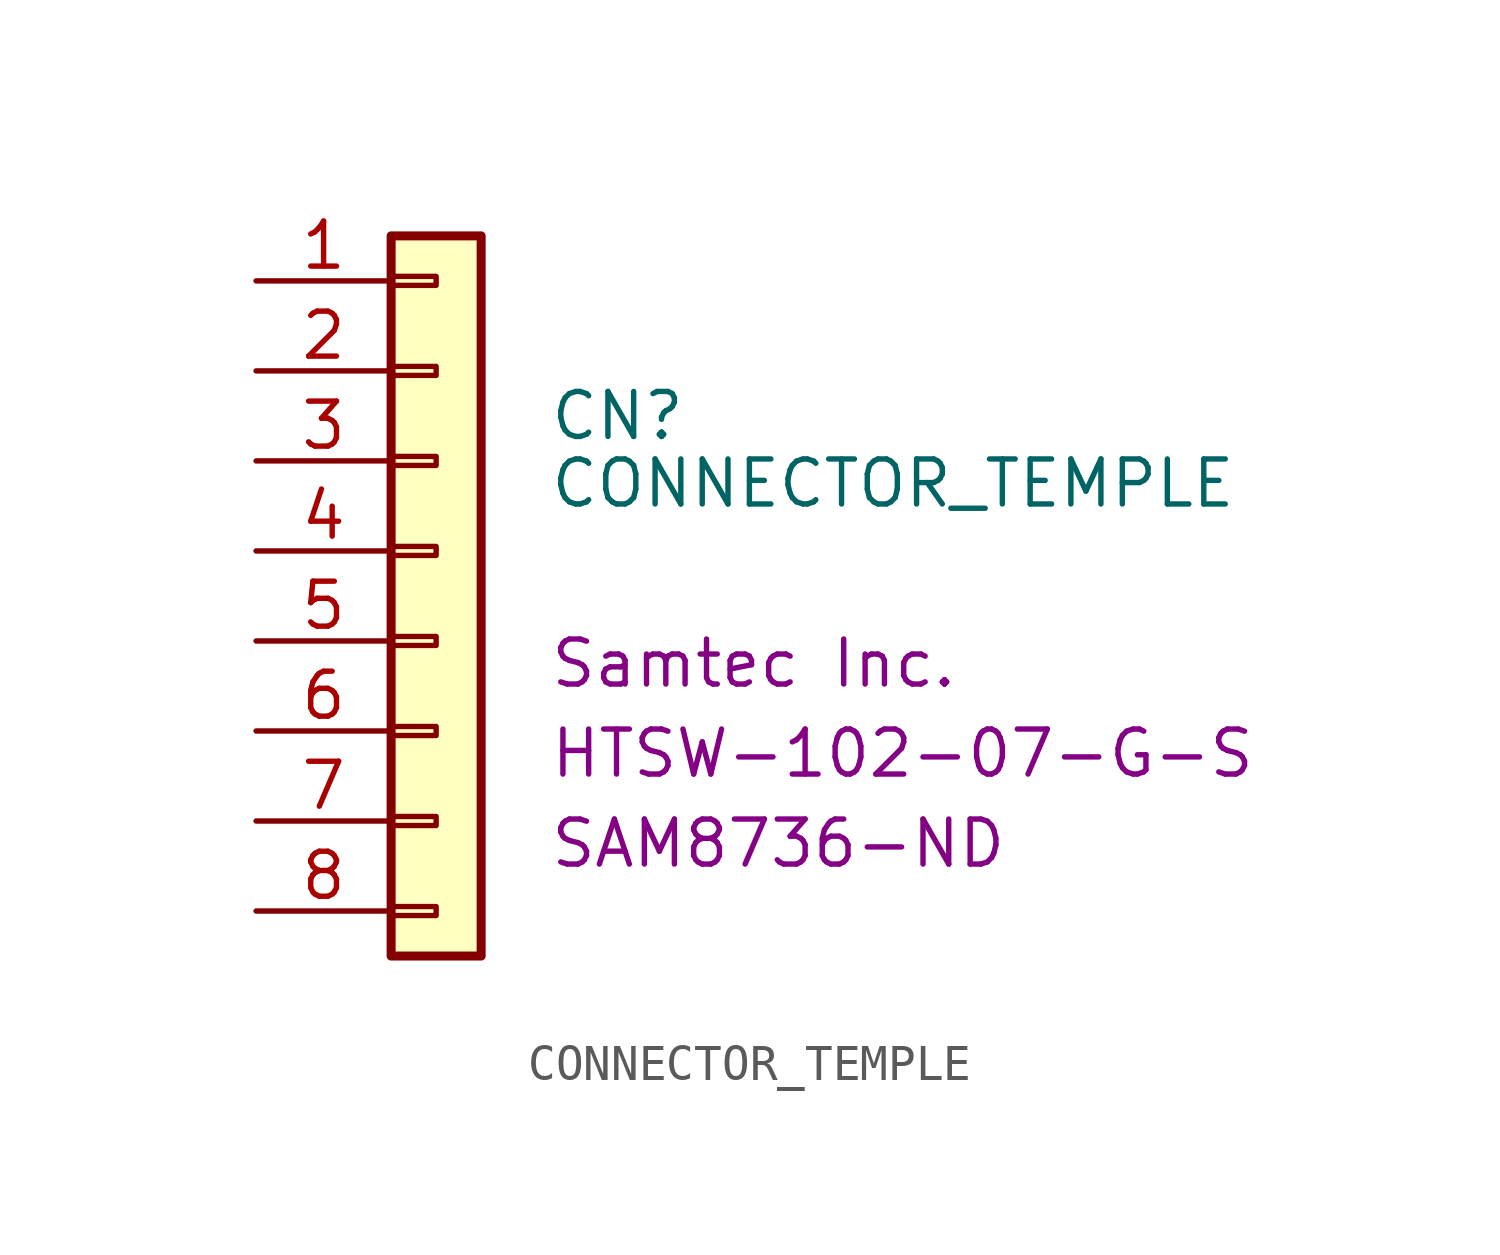
<source format=kicad_sym>
(kicad_symbol_lib
  (version 20220914)
  (generator kicad_symbol_editor)
  (symbol "CONNECTOR_TEMPLE"
    (pin_names
      (offset 1.016) hide)
    (property "Reference" "CN"
      (at 3.175 5.08 0)
      (effects (font (size 1.27 1.27)) (justify left)))
    (property "Value" "CONNECTOR_TEMPLE"
      (at 3.175 3.175 0)
      (effects (font (size 1.27 1.27)) (justify left)))
    (property "Manufacturer" "Samtec Inc."
      (at 3.175 -1.905 0)
      (effects (font (size 1.27 1.27)) (justify left)))
    (property "MPN" "HTSW-102-07-G-S"
      (at 3.175 -4.445 0)
      (effects (font (size 1.27 1.27)) (justify left)))
    (property "Digi-Key_PN" "SAM8736-ND"
      (at 3.175 -6.985 0)
      (effects (font (size 1.27 1.27)) (justify left)))
    (symbol "CONNECTOR_TEMPLE_1_1"
      (rectangle (start -1.27 -8.763) (end 0 -9.017) (stroke (width 0.152) (type solid)) (fill (type none)))
      (rectangle (start -1.27 -6.223) (end 0 -6.477) (stroke (width 0.152) (type solid)) (fill (type none)))
      (rectangle (start -1.27 -3.683) (end 0 -3.937) (stroke (width 0.152) (type solid)) (fill (type none)))
      (rectangle (start -1.27 -1.143) (end 0 -1.397) (stroke (width 0.152) (type solid)) (fill (type none)))
      (rectangle (start -1.27 1.397) (end 0 1.143) (stroke (width 0.152) (type solid)) (fill (type none)))
      (rectangle (start -1.27 3.937) (end 0 3.683) (stroke (width 0.152) (type solid)) (fill (type none)))
      (rectangle (start -1.27 6.477) (end 0 6.223) (stroke (width 0.152) (type solid)) (fill (type none)))
      (rectangle (start -1.27 9.017) (end 0 8.763) (stroke (width 0.152) (type solid)) (fill (type none)))
      (rectangle (start -1.27 10.16) (end 1.27 -10.16) (stroke (width 0.254) (type solid)) (fill (type background)))
      (pin passive line (at -5.08 8.89 0) (length 3.81) (name "Pin_1" (effects (font (size 1.27 1.27)))) (number "1" (effects (font (size 1.27 1.27)))))
      (pin passive line (at -5.08 6.35 0) (length 3.81) (name "Pin_2" (effects (font (size 1.27 1.27)))) (number "2" (effects (font (size 1.27 1.27)))))
      (pin passive line (at -5.08 3.81 0) (length 3.81) (name "Pin_3" (effects (font (size 1.27 1.27)))) (number "3" (effects (font (size 1.27 1.27)))))
      (pin passive line (at -5.08 1.27 0) (length 3.81) (name "Pin_4" (effects (font (size 1.27 1.27)))) (number "4" (effects (font (size 1.27 1.27)))))
      (pin passive line (at -5.08 -1.27 0) (length 3.81) (name "Pin_5" (effects (font (size 1.27 1.27)))) (number "5" (effects (font (size 1.27 1.27)))))
      (pin passive line (at -5.08 -3.81 0) (length 3.81) (name "Pin_6" (effects (font (size 1.27 1.27)))) (number "6" (effects (font (size 1.27 1.27)))))
      (pin passive line (at -5.08 -6.35 0) (length 3.81) (name "Pin_7" (effects (font (size 1.27 1.27)))) (number "7" (effects (font (size 1.27 1.27)))))
      (pin passive line (at -5.08 -8.89 0) (length 3.81) (name "Pin_8" (effects (font (size 1.27 1.27)))) (number "8" (effects (font (size 1.27 1.27))))))))
</source>
